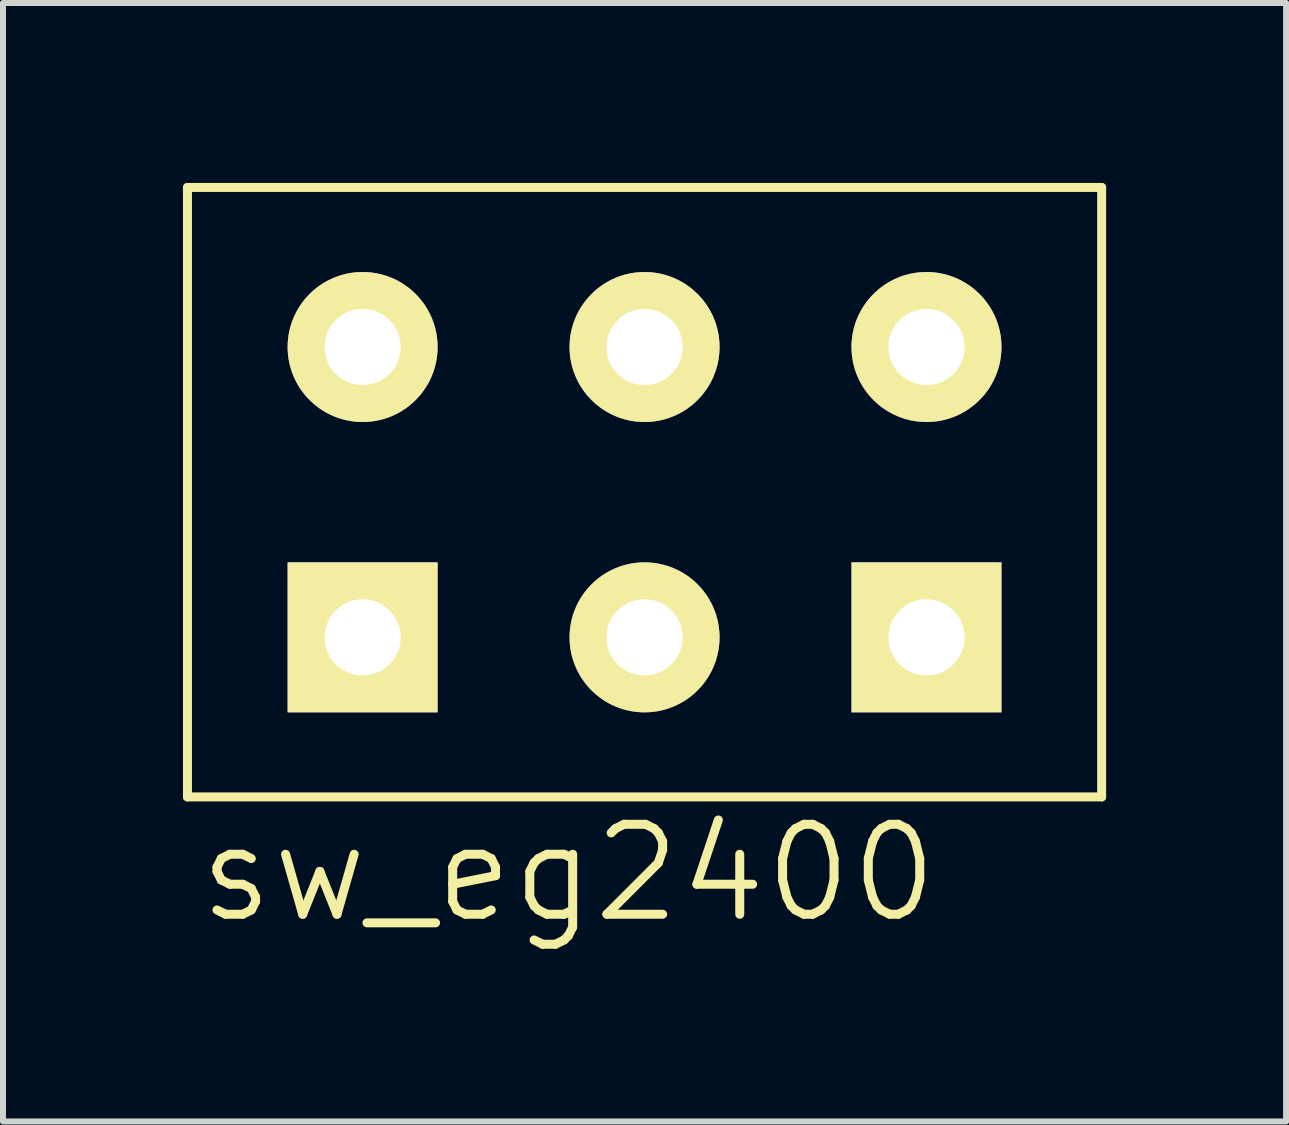
<source format=kicad_pcb>
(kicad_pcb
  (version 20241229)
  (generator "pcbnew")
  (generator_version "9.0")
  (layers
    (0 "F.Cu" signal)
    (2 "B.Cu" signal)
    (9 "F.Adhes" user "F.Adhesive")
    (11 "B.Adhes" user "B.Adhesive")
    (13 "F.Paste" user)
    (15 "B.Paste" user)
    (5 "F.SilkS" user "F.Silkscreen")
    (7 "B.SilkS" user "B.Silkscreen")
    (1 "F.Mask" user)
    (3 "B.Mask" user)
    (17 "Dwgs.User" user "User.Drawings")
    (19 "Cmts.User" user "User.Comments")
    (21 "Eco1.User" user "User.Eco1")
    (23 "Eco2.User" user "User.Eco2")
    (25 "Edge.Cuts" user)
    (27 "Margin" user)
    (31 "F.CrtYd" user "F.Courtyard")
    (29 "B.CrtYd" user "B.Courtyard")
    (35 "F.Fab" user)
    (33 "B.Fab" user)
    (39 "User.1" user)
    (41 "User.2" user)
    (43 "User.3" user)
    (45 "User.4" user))
  (footprint "sw_eg2400"
    (layer "F.Cu")
    (at 7.695 5.155)
    (property "Reference" "sw_eg2400" (at -1.27 6.35 0) (layer "F.SilkS") (effects (font (size 1.5 1.5) (thickness 0.15))))
    (attr through_hole)
    (fp_line (start -7.62 -5.08) (end 7.62 -5.08) (stroke (width 0.15) (type solid)) (layer "F.SilkS"))
    (fp_line (start -7.62 5.08) (end -7.62 -5.08) (stroke (width 0.15) (type solid)) (layer "F.SilkS"))
    (fp_line (start 7.62 -5.08) (end 7.62 5.08) (stroke (width 0.15) (type solid)) (layer "F.SilkS"))
    (fp_line (start 7.62 5.08) (end -7.62 5.08) (stroke (width 0.15) (type solid)) (layer "F.SilkS"))
    (pad "1" thru_hole rect (at -4.7 2.42) (size 2.5 2.5) (drill 1.27) (layers "*.Cu" "*.Mask" "F.SilkS"))
    (pad "2" thru_hole circle (at 0 2.42) (size 2.5 2.5) (drill 1.27) (layers "*.Cu" "*.Mask" "F.SilkS"))
    (pad "3" thru_hole rect (at 4.7 2.42) (size 2.5 2.5) (drill 1.27) (layers "*.Cu" "*.Mask" "F.SilkS"))
    (pad "4" thru_hole circle (at -4.7 -2.42) (size 2.5 2.5) (drill 1.27) (layers "*.Cu" "*.Mask" "F.SilkS"))
    (pad "5" thru_hole circle (at 0 -2.42) (size 2.5 2.5) (drill 1.27) (layers "*.Cu" "*.Mask" "F.SilkS"))
    (pad "6" thru_hole circle (at 4.7 -2.42) (size 2.5 2.5) (drill 1.27) (layers "*.Cu" "*.Mask" "F.SilkS")))
  (gr_rect
    (start -3 -3)
    (end 18.39 15.646)
    (stroke (width 0.1) (type default))
    (fill no)
    (layer "Edge.Cuts")))
</source>
